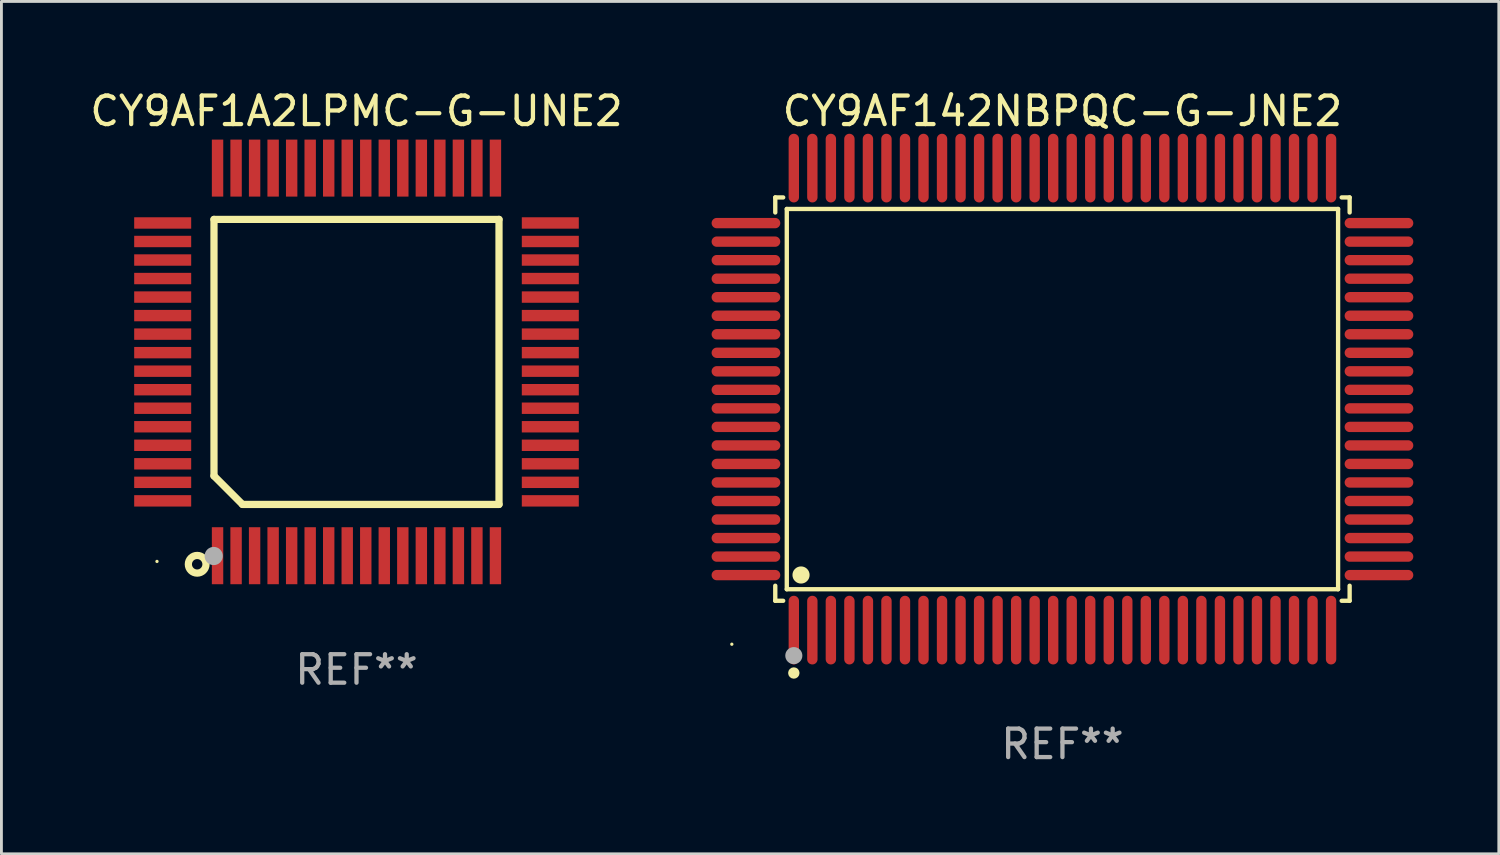
<source format=kicad_pcb>
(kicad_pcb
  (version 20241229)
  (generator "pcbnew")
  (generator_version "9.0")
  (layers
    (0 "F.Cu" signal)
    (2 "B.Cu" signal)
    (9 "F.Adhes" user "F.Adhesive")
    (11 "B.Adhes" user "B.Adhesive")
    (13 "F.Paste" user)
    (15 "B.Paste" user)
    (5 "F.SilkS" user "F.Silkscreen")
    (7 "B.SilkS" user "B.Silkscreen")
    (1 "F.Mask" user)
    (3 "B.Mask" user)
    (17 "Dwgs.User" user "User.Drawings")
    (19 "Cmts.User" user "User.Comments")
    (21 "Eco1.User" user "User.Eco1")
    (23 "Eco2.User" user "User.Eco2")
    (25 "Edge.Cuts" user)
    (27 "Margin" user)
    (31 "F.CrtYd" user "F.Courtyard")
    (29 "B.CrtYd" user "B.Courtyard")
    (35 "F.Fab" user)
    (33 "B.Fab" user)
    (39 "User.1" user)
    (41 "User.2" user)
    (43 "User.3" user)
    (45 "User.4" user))
  (footprint "CY9AF142NBPQC-G-JNE2"
    (layer "F.Cu")
    (at 34.227 10.953)
    (property "Reference" "CY9AF142NBPQC-G-JNE2" (at 0 -10.105 0) (layer "F.SilkS") (effects (font (size 1 1) (thickness 0.15))))
    (attr through_hole)
    (fp_line (start -10.076 -7.076) (end -9.798 -7.076) (stroke (width 0.152) (type solid)) (layer "F.SilkS"))
    (fp_line (start -10.076 -6.548) (end -10.076 -7.076) (stroke (width 0.152) (type solid)) (layer "F.SilkS"))
    (fp_line (start -10.076 6.548) (end -10.076 7.076) (stroke (width 0.152) (type solid)) (layer "F.SilkS"))
    (fp_line (start -10.076 7.076) (end -9.798 7.076) (stroke (width 0.152) (type solid)) (layer "F.SilkS"))
    (fp_line (start -9.672 -6.671) (end 9.671 -6.671) (stroke (width 0.152) (type solid)) (layer "F.SilkS"))
    (fp_line (start -9.672 6.671) (end -9.672 -6.671) (stroke (width 0.152) (type solid)) (layer "F.SilkS"))
    (fp_line (start 9.671 -6.671) (end 9.671 6.671) (stroke (width 0.152) (type solid)) (layer "F.SilkS"))
    (fp_line (start 9.671 6.671) (end -9.672 6.671) (stroke (width 0.152) (type solid)) (layer "F.SilkS"))
    (fp_line (start 10.076 -7.076) (end 9.797 -7.076) (stroke (width 0.152) (type solid)) (layer "F.SilkS"))
    (fp_line (start 10.076 -6.548) (end 10.076 -7.076) (stroke (width 0.152) (type solid)) (layer "F.SilkS"))
    (fp_line (start 10.076 6.548) (end 10.076 7.076) (stroke (width 0.152) (type solid)) (layer "F.SilkS"))
    (fp_line (start 10.076 7.076) (end 9.797 7.076) (stroke (width 0.152) (type solid)) (layer "F.SilkS"))
    (fp_circle (center -11.6 8.6) (end -11.57 8.6) (stroke (width 0.06) (type solid)) (fill no) (layer "F.SilkS"))
    (fp_circle (center -9.425 9.61) (end -9.325 9.61) (stroke (width 0.2) (type solid)) (fill no) (layer "F.SilkS"))
    (fp_circle (center -9.172 6.171) (end -9.021 6.171) (stroke (width 0.3) (type solid)) (fill no) (layer "F.SilkS"))
    (fp_circle (center -9.425 9) (end -9.275 9) (stroke (width 0.3) (type solid)) (fill no) (layer "F.Fab"))
    (fp_text user "REF**" (at 0 12.105 0) (layer "F.Fab") (effects (font (size 1 1) (thickness 0.15))))
    (pad "1" smd oval (at -9.425 8.105) (size 0.364 2.41) (layers "F.Cu" "F.Mask" "F.Paste"))
    (pad "2" smd oval (at -8.775 8.105) (size 0.364 2.41) (layers "F.Cu" "F.Mask" "F.Paste"))
    (pad "3" smd oval (at -8.125 8.105) (size 0.364 2.41) (layers "F.Cu" "F.Mask" "F.Paste"))
    (pad "4" smd oval (at -7.475 8.105) (size 0.364 2.41) (layers "F.Cu" "F.Mask" "F.Paste"))
    (pad "5" smd oval (at -6.825 8.105) (size 0.364 2.41) (layers "F.Cu" "F.Mask" "F.Paste"))
    (pad "6" smd oval (at -6.175 8.105) (size 0.364 2.41) (layers "F.Cu" "F.Mask" "F.Paste"))
    (pad "7" smd oval (at -5.525 8.105) (size 0.364 2.41) (layers "F.Cu" "F.Mask" "F.Paste"))
    (pad "8" smd oval (at -4.875 8.105) (size 0.364 2.41) (layers "F.Cu" "F.Mask" "F.Paste"))
    (pad "9" smd oval (at -4.225 8.105) (size 0.364 2.41) (layers "F.Cu" "F.Mask" "F.Paste"))
    (pad "10" smd oval (at -3.575 8.105) (size 0.364 2.41) (layers "F.Cu" "F.Mask" "F.Paste"))
    (pad "11" smd oval (at -2.925 8.105) (size 0.364 2.41) (layers "F.Cu" "F.Mask" "F.Paste"))
    (pad "12" smd oval (at -2.275 8.105) (size 0.364 2.41) (layers "F.Cu" "F.Mask" "F.Paste"))
    (pad "13" smd oval (at -1.625 8.105) (size 0.364 2.41) (layers "F.Cu" "F.Mask" "F.Paste"))
    (pad "14" smd oval (at -0.975 8.105) (size 0.364 2.41) (layers "F.Cu" "F.Mask" "F.Paste"))
    (pad "15" smd oval (at -0.325 8.105) (size 0.364 2.41) (layers "F.Cu" "F.Mask" "F.Paste"))
    (pad "16" smd oval (at 0.325 8.105) (size 0.364 2.41) (layers "F.Cu" "F.Mask" "F.Paste"))
    (pad "17" smd oval (at 0.975 8.105) (size 0.364 2.41) (layers "F.Cu" "F.Mask" "F.Paste"))
    (pad "18" smd oval (at 1.625 8.105) (size 0.364 2.41) (layers "F.Cu" "F.Mask" "F.Paste"))
    (pad "19" smd oval (at 2.275 8.105) (size 0.364 2.41) (layers "F.Cu" "F.Mask" "F.Paste"))
    (pad "20" smd oval (at 2.925 8.105) (size 0.364 2.41) (layers "F.Cu" "F.Mask" "F.Paste"))
    (pad "21" smd oval (at 3.575 8.105) (size 0.364 2.41) (layers "F.Cu" "F.Mask" "F.Paste"))
    (pad "22" smd oval (at 4.225 8.105) (size 0.364 2.41) (layers "F.Cu" "F.Mask" "F.Paste"))
    (pad "23" smd oval (at 4.875 8.105) (size 0.364 2.41) (layers "F.Cu" "F.Mask" "F.Paste"))
    (pad "24" smd oval (at 5.525 8.105) (size 0.364 2.41) (layers "F.Cu" "F.Mask" "F.Paste"))
    (pad "25" smd oval (at 6.175 8.105) (size 0.364 2.41) (layers "F.Cu" "F.Mask" "F.Paste"))
    (pad "26" smd oval (at 6.825 8.105) (size 0.364 2.41) (layers "F.Cu" "F.Mask" "F.Paste"))
    (pad "27" smd oval (at 7.475 8.105) (size 0.364 2.41) (layers "F.Cu" "F.Mask" "F.Paste"))
    (pad "28" smd oval (at 8.125 8.105) (size 0.364 2.41) (layers "F.Cu" "F.Mask" "F.Paste"))
    (pad "29" smd oval (at 8.775 8.105) (size 0.364 2.41) (layers "F.Cu" "F.Mask" "F.Paste"))
    (pad "30" smd oval (at 9.425 8.105) (size 0.364 2.41) (layers "F.Cu" "F.Mask" "F.Paste"))
    (pad "31" smd oval (at 11.105 6.175) (size 2.41 0.364) (layers "F.Cu" "F.Mask" "F.Paste"))
    (pad "32" smd oval (at 11.105 5.525) (size 2.41 0.364) (layers "F.Cu" "F.Mask" "F.Paste"))
    (pad "33" smd oval (at 11.105 4.875) (size 2.41 0.364) (layers "F.Cu" "F.Mask" "F.Paste"))
    (pad "34" smd oval (at 11.105 4.225) (size 2.41 0.364) (layers "F.Cu" "F.Mask" "F.Paste"))
    (pad "35" smd oval (at 11.105 3.575) (size 2.41 0.364) (layers "F.Cu" "F.Mask" "F.Paste"))
    (pad "36" smd oval (at 11.105 2.925) (size 2.41 0.364) (layers "F.Cu" "F.Mask" "F.Paste"))
    (pad "37" smd oval (at 11.105 2.275) (size 2.41 0.364) (layers "F.Cu" "F.Mask" "F.Paste"))
    (pad "38" smd oval (at 11.105 1.625) (size 2.41 0.364) (layers "F.Cu" "F.Mask" "F.Paste"))
    (pad "39" smd oval (at 11.105 0.975) (size 2.41 0.364) (layers "F.Cu" "F.Mask" "F.Paste"))
    (pad "40" smd oval (at 11.105 0.325) (size 2.41 0.364) (layers "F.Cu" "F.Mask" "F.Paste"))
    (pad "41" smd oval (at 11.105 -0.325) (size 2.41 0.364) (layers "F.Cu" "F.Mask" "F.Paste"))
    (pad "42" smd oval (at 11.105 -0.975) (size 2.41 0.364) (layers "F.Cu" "F.Mask" "F.Paste"))
    (pad "43" smd oval (at 11.105 -1.625) (size 2.41 0.364) (layers "F.Cu" "F.Mask" "F.Paste"))
    (pad "44" smd oval (at 11.105 -2.275) (size 2.41 0.364) (layers "F.Cu" "F.Mask" "F.Paste"))
    (pad "45" smd oval (at 11.105 -2.925) (size 2.41 0.364) (layers "F.Cu" "F.Mask" "F.Paste"))
    (pad "46" smd oval (at 11.105 -3.575) (size 2.41 0.364) (layers "F.Cu" "F.Mask" "F.Paste"))
    (pad "47" smd oval (at 11.105 -4.225) (size 2.41 0.364) (layers "F.Cu" "F.Mask" "F.Paste"))
    (pad "48" smd oval (at 11.105 -4.875) (size 2.41 0.364) (layers "F.Cu" "F.Mask" "F.Paste"))
    (pad "49" smd oval (at 11.105 -5.525) (size 2.41 0.364) (layers "F.Cu" "F.Mask" "F.Paste"))
    (pad "50" smd oval (at 11.105 -6.175) (size 2.41 0.364) (layers "F.Cu" "F.Mask" "F.Paste"))
    (pad "51" smd oval (at 9.425 -8.105) (size 0.364 2.41) (layers "F.Cu" "F.Mask" "F.Paste"))
    (pad "52" smd oval (at 8.775 -8.105) (size 0.364 2.41) (layers "F.Cu" "F.Mask" "F.Paste"))
    (pad "53" smd oval (at 8.125 -8.105) (size 0.364 2.41) (layers "F.Cu" "F.Mask" "F.Paste"))
    (pad "54" smd oval (at 7.475 -8.105) (size 0.364 2.41) (layers "F.Cu" "F.Mask" "F.Paste"))
    (pad "55" smd oval (at 6.825 -8.105) (size 0.364 2.41) (layers "F.Cu" "F.Mask" "F.Paste"))
    (pad "56" smd oval (at 6.175 -8.105) (size 0.364 2.41) (layers "F.Cu" "F.Mask" "F.Paste"))
    (pad "57" smd oval (at 5.525 -8.105) (size 0.364 2.41) (layers "F.Cu" "F.Mask" "F.Paste"))
    (pad "58" smd oval (at 4.875 -8.105) (size 0.364 2.41) (layers "F.Cu" "F.Mask" "F.Paste"))
    (pad "59" smd oval (at 4.225 -8.105) (size 0.364 2.41) (layers "F.Cu" "F.Mask" "F.Paste"))
    (pad "60" smd oval (at 3.575 -8.105) (size 0.364 2.41) (layers "F.Cu" "F.Mask" "F.Paste"))
    (pad "61" smd oval (at 2.925 -8.105) (size 0.364 2.41) (layers "F.Cu" "F.Mask" "F.Paste"))
    (pad "62" smd oval (at 2.275 -8.105) (size 0.364 2.41) (layers "F.Cu" "F.Mask" "F.Paste"))
    (pad "63" smd oval (at 1.625 -8.105) (size 0.364 2.41) (layers "F.Cu" "F.Mask" "F.Paste"))
    (pad "64" smd oval (at 0.975 -8.105) (size 0.364 2.41) (layers "F.Cu" "F.Mask" "F.Paste"))
    (pad "65" smd oval (at 0.325 -8.105) (size 0.364 2.41) (layers "F.Cu" "F.Mask" "F.Paste"))
    (pad "66" smd oval (at -0.325 -8.105) (size 0.364 2.41) (layers "F.Cu" "F.Mask" "F.Paste"))
    (pad "67" smd oval (at -0.975 -8.105) (size 0.364 2.41) (layers "F.Cu" "F.Mask" "F.Paste"))
    (pad "68" smd oval (at -1.625 -8.105) (size 0.364 2.41) (layers "F.Cu" "F.Mask" "F.Paste"))
    (pad "69" smd oval (at -2.275 -8.105) (size 0.364 2.41) (layers "F.Cu" "F.Mask" "F.Paste"))
    (pad "70" smd oval (at -2.925 -8.105) (size 0.364 2.41) (layers "F.Cu" "F.Mask" "F.Paste"))
    (pad "71" smd oval (at -3.575 -8.105) (size 0.364 2.41) (layers "F.Cu" "F.Mask" "F.Paste"))
    (pad "72" smd oval (at -4.225 -8.105) (size 0.364 2.41) (layers "F.Cu" "F.Mask" "F.Paste"))
    (pad "73" smd oval (at -4.875 -8.105) (size 0.364 2.41) (layers "F.Cu" "F.Mask" "F.Paste"))
    (pad "74" smd oval (at -5.525 -8.105) (size 0.364 2.41) (layers "F.Cu" "F.Mask" "F.Paste"))
    (pad "75" smd oval (at -6.175 -8.105) (size 0.364 2.41) (layers "F.Cu" "F.Mask" "F.Paste"))
    (pad "76" smd oval (at -6.825 -8.105) (size 0.364 2.41) (layers "F.Cu" "F.Mask" "F.Paste"))
    (pad "77" smd oval (at -7.475 -8.105) (size 0.364 2.41) (layers "F.Cu" "F.Mask" "F.Paste"))
    (pad "78" smd oval (at -8.125 -8.105) (size 0.364 2.41) (layers "F.Cu" "F.Mask" "F.Paste"))
    (pad "79" smd oval (at -8.775 -8.105) (size 0.364 2.41) (layers "F.Cu" "F.Mask" "F.Paste"))
    (pad "80" smd oval (at -9.425 -8.105) (size 0.364 2.41) (layers "F.Cu" "F.Mask" "F.Paste"))
    (pad "81" smd oval (at -11.105 -6.175) (size 2.41 0.364) (layers "F.Cu" "F.Mask" "F.Paste"))
    (pad "82" smd oval (at -11.105 -5.525) (size 2.41 0.364) (layers "F.Cu" "F.Mask" "F.Paste"))
    (pad "83" smd oval (at -11.105 -4.875) (size 2.41 0.364) (layers "F.Cu" "F.Mask" "F.Paste"))
    (pad "84" smd oval (at -11.105 -4.225) (size 2.41 0.364) (layers "F.Cu" "F.Mask" "F.Paste"))
    (pad "85" smd oval (at -11.105 -3.575) (size 2.41 0.364) (layers "F.Cu" "F.Mask" "F.Paste"))
    (pad "86" smd oval (at -11.105 -2.925) (size 2.41 0.364) (layers "F.Cu" "F.Mask" "F.Paste"))
    (pad "87" smd oval (at -11.105 -2.275) (size 2.41 0.364) (layers "F.Cu" "F.Mask" "F.Paste"))
    (pad "88" smd oval (at -11.105 -1.625) (size 2.41 0.364) (layers "F.Cu" "F.Mask" "F.Paste"))
    (pad "89" smd oval (at -11.105 -0.975) (size 2.41 0.364) (layers "F.Cu" "F.Mask" "F.Paste"))
    (pad "90" smd oval (at -11.105 -0.325) (size 2.41 0.364) (layers "F.Cu" "F.Mask" "F.Paste"))
    (pad "91" smd oval (at -11.105 0.325) (size 2.41 0.364) (layers "F.Cu" "F.Mask" "F.Paste"))
    (pad "92" smd oval (at -11.105 0.975) (size 2.41 0.364) (layers "F.Cu" "F.Mask" "F.Paste"))
    (pad "93" smd oval (at -11.105 1.625) (size 2.41 0.364) (layers "F.Cu" "F.Mask" "F.Paste"))
    (pad "94" smd oval (at -11.105 2.275) (size 2.41 0.364) (layers "F.Cu" "F.Mask" "F.Paste"))
    (pad "95" smd oval (at -11.105 2.925) (size 2.41 0.364) (layers "F.Cu" "F.Mask" "F.Paste"))
    (pad "96" smd oval (at -11.105 3.575) (size 2.41 0.364) (layers "F.Cu" "F.Mask" "F.Paste"))
    (pad "97" smd oval (at -11.105 4.225) (size 2.41 0.364) (layers "F.Cu" "F.Mask" "F.Paste"))
    (pad "98" smd oval (at -11.105 4.875) (size 2.41 0.364) (layers "F.Cu" "F.Mask" "F.Paste"))
    (pad "99" smd oval (at -11.105 5.525) (size 2.41 0.364) (layers "F.Cu" "F.Mask" "F.Paste"))
    (pad "100" smd oval (at -11.105 6.175) (size 2.41 0.364) (layers "F.Cu" "F.Mask" "F.Paste")))
  (footprint "CY9AF1A2LPMC-G-UNE2"
    (layer "F.Cu")
    (at 9.458 9.648)
    (property "Reference" "CY9AF1A2LPMC-G-UNE2" (at 0 -8.8 0) (layer "F.SilkS") (effects (font (size 1 1) (thickness 0.15))))
    (attr through_hole)
    (fp_line (start -5 -5) (end 5 -5) (stroke (width 0.254) (type solid)) (layer "F.SilkS"))
    (fp_line (start -5 4) (end -5 -5) (stroke (width 0.254) (type solid)) (layer "F.SilkS"))
    (fp_line (start -4 5) (end -5 4) (stroke (width 0.254) (type solid)) (layer "F.SilkS"))
    (fp_line (start 5 -5) (end 5 5) (stroke (width 0.254) (type solid)) (layer "F.SilkS"))
    (fp_line (start 5 5) (end -4 5) (stroke (width 0.254) (type solid)) (layer "F.SilkS"))
    (fp_circle (center -7 7) (end -6.97 7) (stroke (width 0.06) (type solid)) (fill no) (layer "F.SilkS"))
    (fp_circle (center -5.59 7.1) (end -5.28 7.1) (stroke (width 0.254) (type solid)) (fill no) (layer "F.SilkS"))
    (fp_circle (center -5.01 6.81) (end -4.85 6.81) (stroke (width 0.32) (type solid)) (fill no) (layer "F.Fab"))
    (fp_text user "REF**" (at 0 10.8 0) (layer "F.Fab") (effects (font (size 1 1) (thickness 0.15))))
    (pad "1" smd rect (at -4.875 6.8) (size 0.4 2) (layers "F.Cu" "F.Mask" "F.Paste"))
    (pad "2" smd rect (at -4.225 6.8) (size 0.4 2) (layers "F.Cu" "F.Mask" "F.Paste"))
    (pad "3" smd rect (at -3.575 6.8) (size 0.4 2) (layers "F.Cu" "F.Mask" "F.Paste"))
    (pad "4" smd rect (at -2.925 6.8) (size 0.4 2) (layers "F.Cu" "F.Mask" "F.Paste"))
    (pad "5" smd rect (at -2.275 6.8) (size 0.4 2) (layers "F.Cu" "F.Mask" "F.Paste"))
    (pad "6" smd rect (at -1.625 6.8) (size 0.4 2) (layers "F.Cu" "F.Mask" "F.Paste"))
    (pad "7" smd rect (at -0.975 6.8) (size 0.4 2) (layers "F.Cu" "F.Mask" "F.Paste"))
    (pad "8" smd rect (at -0.325 6.8) (size 0.4 2) (layers "F.Cu" "F.Mask" "F.Paste"))
    (pad "9" smd rect (at 0.325 6.8) (size 0.4 2) (layers "F.Cu" "F.Mask" "F.Paste"))
    (pad "10" smd rect (at 0.975 6.8) (size 0.4 2) (layers "F.Cu" "F.Mask" "F.Paste"))
    (pad "11" smd rect (at 1.625 6.8) (size 0.4 2) (layers "F.Cu" "F.Mask" "F.Paste"))
    (pad "12" smd rect (at 2.275 6.8) (size 0.4 2) (layers "F.Cu" "F.Mask" "F.Paste"))
    (pad "13" smd rect (at 2.925 6.8) (size 0.4 2) (layers "F.Cu" "F.Mask" "F.Paste"))
    (pad "14" smd rect (at 3.575 6.8) (size 0.4 2) (layers "F.Cu" "F.Mask" "F.Paste"))
    (pad "15" smd rect (at 4.225 6.8) (size 0.4 2) (layers "F.Cu" "F.Mask" "F.Paste"))
    (pad "16" smd rect (at 4.875 6.8) (size 0.4 2) (layers "F.Cu" "F.Mask" "F.Paste"))
    (pad "17" smd rect (at 6.8 4.875) (size 2 0.4) (layers "F.Cu" "F.Mask" "F.Paste"))
    (pad "18" smd rect (at 6.8 4.225) (size 2 0.4) (layers "F.Cu" "F.Mask" "F.Paste"))
    (pad "19" smd rect (at 6.8 3.575) (size 2 0.4) (layers "F.Cu" "F.Mask" "F.Paste"))
    (pad "20" smd rect (at 6.8 2.925) (size 2 0.4) (layers "F.Cu" "F.Mask" "F.Paste"))
    (pad "21" smd rect (at 6.8 2.275) (size 2 0.4) (layers "F.Cu" "F.Mask" "F.Paste"))
    (pad "22" smd rect (at 6.8 1.625) (size 2 0.4) (layers "F.Cu" "F.Mask" "F.Paste"))
    (pad "23" smd rect (at 6.8 0.975) (size 2 0.4) (layers "F.Cu" "F.Mask" "F.Paste"))
    (pad "24" smd rect (at 6.8 0.325) (size 2 0.4) (layers "F.Cu" "F.Mask" "F.Paste"))
    (pad "25" smd rect (at 6.8 -0.325) (size 2 0.4) (layers "F.Cu" "F.Mask" "F.Paste"))
    (pad "26" smd rect (at 6.8 -0.975) (size 2 0.4) (layers "F.Cu" "F.Mask" "F.Paste"))
    (pad "27" smd rect (at 6.8 -1.625) (size 2 0.4) (layers "F.Cu" "F.Mask" "F.Paste"))
    (pad "28" smd rect (at 6.8 -2.275) (size 2 0.4) (layers "F.Cu" "F.Mask" "F.Paste"))
    (pad "29" smd rect (at 6.8 -2.925) (size 2 0.4) (layers "F.Cu" "F.Mask" "F.Paste"))
    (pad "30" smd rect (at 6.8 -3.575) (size 2 0.4) (layers "F.Cu" "F.Mask" "F.Paste"))
    (pad "31" smd rect (at 6.8 -4.225) (size 2 0.4) (layers "F.Cu" "F.Mask" "F.Paste"))
    (pad "32" smd rect (at 6.8 -4.875) (size 2 0.4) (layers "F.Cu" "F.Mask" "F.Paste"))
    (pad "33" smd rect (at 4.875 -6.8) (size 0.4 2) (layers "F.Cu" "F.Mask" "F.Paste"))
    (pad "34" smd rect (at 4.225 -6.8) (size 0.4 2) (layers "F.Cu" "F.Mask" "F.Paste"))
    (pad "35" smd rect (at 3.575 -6.8) (size 0.4 2) (layers "F.Cu" "F.Mask" "F.Paste"))
    (pad "36" smd rect (at 2.925 -6.8) (size 0.4 2) (layers "F.Cu" "F.Mask" "F.Paste"))
    (pad "37" smd rect (at 2.275 -6.8) (size 0.4 2) (layers "F.Cu" "F.Mask" "F.Paste"))
    (pad "38" smd rect (at 1.625 -6.8) (size 0.4 2) (layers "F.Cu" "F.Mask" "F.Paste"))
    (pad "39" smd rect (at 0.975 -6.8) (size 0.4 2) (layers "F.Cu" "F.Mask" "F.Paste"))
    (pad "40" smd rect (at 0.325 -6.8) (size 0.4 2) (layers "F.Cu" "F.Mask" "F.Paste"))
    (pad "41" smd rect (at -0.325 -6.8) (size 0.4 2) (layers "F.Cu" "F.Mask" "F.Paste"))
    (pad "42" smd rect (at -0.975 -6.8) (size 0.4 2) (layers "F.Cu" "F.Mask" "F.Paste"))
    (pad "43" smd rect (at -1.625 -6.8) (size 0.4 2) (layers "F.Cu" "F.Mask" "F.Paste"))
    (pad "44" smd rect (at -2.275 -6.8) (size 0.4 2) (layers "F.Cu" "F.Mask" "F.Paste"))
    (pad "45" smd rect (at -2.925 -6.8) (size 0.4 2) (layers "F.Cu" "F.Mask" "F.Paste"))
    (pad "46" smd rect (at -3.575 -6.8) (size 0.4 2) (layers "F.Cu" "F.Mask" "F.Paste"))
    (pad "47" smd rect (at -4.225 -6.8) (size 0.4 2) (layers "F.Cu" "F.Mask" "F.Paste"))
    (pad "48" smd rect (at -4.875 -6.8) (size 0.4 2) (layers "F.Cu" "F.Mask" "F.Paste"))
    (pad "49" smd rect (at -6.8 -4.875) (size 2 0.4) (layers "F.Cu" "F.Mask" "F.Paste"))
    (pad "50" smd rect (at -6.8 -4.225) (size 2 0.4) (layers "F.Cu" "F.Mask" "F.Paste"))
    (pad "51" smd rect (at -6.8 -3.575) (size 2 0.4) (layers "F.Cu" "F.Mask" "F.Paste"))
    (pad "52" smd rect (at -6.8 -2.925) (size 2 0.4) (layers "F.Cu" "F.Mask" "F.Paste"))
    (pad "53" smd rect (at -6.8 -2.275) (size 2 0.4) (layers "F.Cu" "F.Mask" "F.Paste"))
    (pad "54" smd rect (at -6.8 -1.625) (size 2 0.4) (layers "F.Cu" "F.Mask" "F.Paste"))
    (pad "55" smd rect (at -6.8 -0.975) (size 2 0.4) (layers "F.Cu" "F.Mask" "F.Paste"))
    (pad "56" smd rect (at -6.8 -0.325) (size 2 0.4) (layers "F.Cu" "F.Mask" "F.Paste"))
    (pad "57" smd rect (at -6.8 0.325) (size 2 0.4) (layers "F.Cu" "F.Mask" "F.Paste"))
    (pad "58" smd rect (at -6.8 0.975) (size 2 0.4) (layers "F.Cu" "F.Mask" "F.Paste"))
    (pad "59" smd rect (at -6.8 1.625) (size 2 0.4) (layers "F.Cu" "F.Mask" "F.Paste"))
    (pad "60" smd rect (at -6.8 2.275) (size 2 0.4) (layers "F.Cu" "F.Mask" "F.Paste"))
    (pad "61" smd rect (at -6.8 2.925) (size 2 0.4) (layers "F.Cu" "F.Mask" "F.Paste"))
    (pad "62" smd rect (at -6.8 3.575) (size 2 0.4) (layers "F.Cu" "F.Mask" "F.Paste"))
    (pad "63" smd rect (at -6.8 4.225) (size 2 0.4) (layers "F.Cu" "F.Mask" "F.Paste"))
    (pad "64" smd rect (at -6.8 4.875) (size 2 0.4) (layers "F.Cu" "F.Mask" "F.Paste")))
  (gr_rect
    (start -3 -3)
    (end 49.537 26.906)
    (stroke (width 0.1) (type default))
    (fill no)
    (layer "Edge.Cuts")))
</source>
